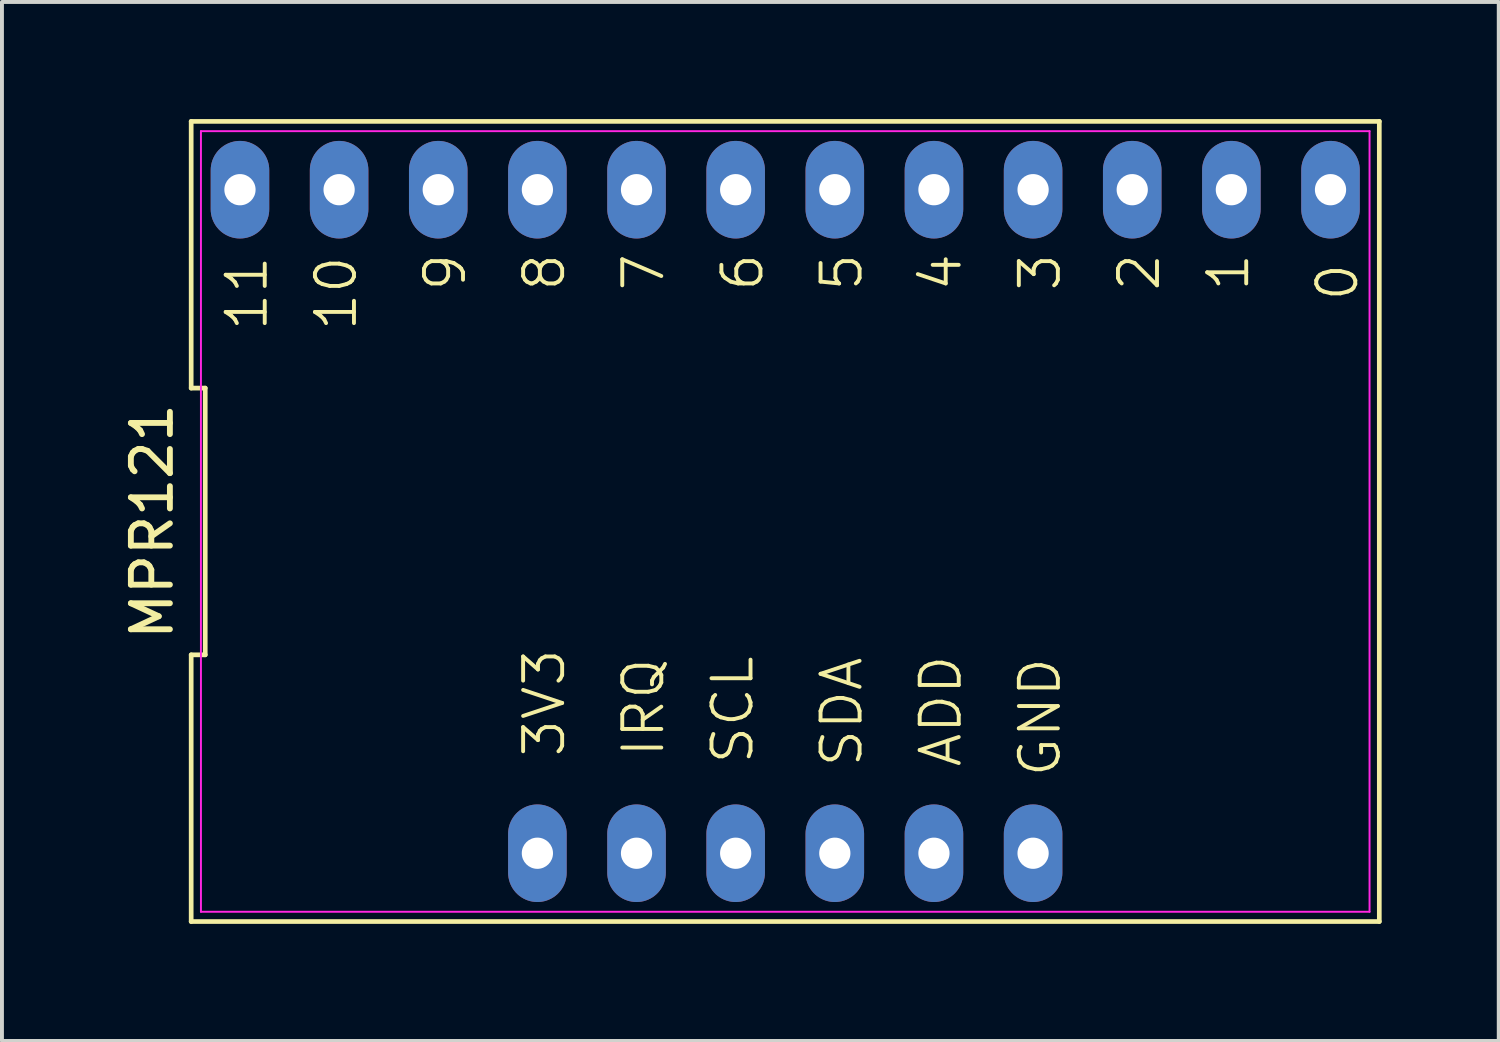
<source format=kicad_pcb>
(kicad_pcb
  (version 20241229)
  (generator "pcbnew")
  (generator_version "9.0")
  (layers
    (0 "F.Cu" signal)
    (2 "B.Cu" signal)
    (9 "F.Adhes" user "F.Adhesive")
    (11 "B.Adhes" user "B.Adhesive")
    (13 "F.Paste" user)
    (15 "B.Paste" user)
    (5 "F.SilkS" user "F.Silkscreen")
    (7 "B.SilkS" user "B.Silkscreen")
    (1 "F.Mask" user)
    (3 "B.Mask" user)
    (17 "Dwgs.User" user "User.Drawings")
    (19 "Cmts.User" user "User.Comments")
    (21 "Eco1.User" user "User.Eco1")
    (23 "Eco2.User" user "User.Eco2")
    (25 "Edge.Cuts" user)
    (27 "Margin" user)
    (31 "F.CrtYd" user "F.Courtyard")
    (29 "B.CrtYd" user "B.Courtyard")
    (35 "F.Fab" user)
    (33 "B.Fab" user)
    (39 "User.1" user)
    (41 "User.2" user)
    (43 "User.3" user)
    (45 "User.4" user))
  (footprint "MPR121"
    (layer "F.Cu")
    (at 17.068 10.31)
    (property "Reference" "MPR121" (at -16.22 0 90) (layer "F.SilkS") (effects (font (size 1 1) (thickness 0.15))))
    (fp_line (start -15.22 -10.25) (end -15.22 -3.417) (stroke (width 0.12) (type default)) (layer "F.SilkS"))
    (fp_line (start -15.22 -3.417) (end -14.86 -3.417) (stroke (width 0.12) (type default)) (layer "F.SilkS"))
    (fp_line (start -15.22 3.417) (end -15.22 10.25) (stroke (width 0.12) (type default)) (layer "F.SilkS"))
    (fp_line (start -15.22 10.25) (end 15.22 10.25) (stroke (width 0.12) (type default)) (layer "F.SilkS"))
    (fp_line (start -14.86 -3.417) (end -14.86 3.417) (stroke (width 0.12) (type default)) (layer "F.SilkS"))
    (fp_line (start -14.86 3.417) (end -15.22 3.417) (stroke (width 0.12) (type default)) (layer "F.SilkS"))
    (fp_line (start 15.22 -10.25) (end -15.22 -10.25) (stroke (width 0.12) (type default)) (layer "F.SilkS"))
    (fp_line (start 15.22 10.25) (end 15.22 -10.25) (stroke (width 0.12) (type default)) (layer "F.SilkS"))
    (fp_line (start -14.97 -10) (end 14.97 -10) (stroke (width 0.05) (type default)) (layer "F.CrtYd"))
    (fp_line (start -14.97 10) (end -14.97 -10) (stroke (width 0.05) (type default)) (layer "F.CrtYd"))
    (fp_line (start 14.97 -10) (end 14.97 10) (stroke (width 0.05) (type default)) (layer "F.CrtYd"))
    (fp_line (start 14.97 10) (end -14.97 10) (stroke (width 0.05) (type default)) (layer "F.CrtYd"))
    (fp_text user "SDA" (at 2.032 6.35 90) (unlocked yes) (layer "F.SilkS") (effects (font (size 1 1) (thickness 0.1)) (justify left bottom)))
    (fp_text user "9" (at -8.128 -5.842 90) (unlocked yes) (layer "F.SilkS") (effects (font (size 1 1) (thickness 0.1)) (justify left bottom)))
    (fp_text user "ADD" (at 4.572 6.35 90) (unlocked yes) (layer "F.SilkS") (effects (font (size 1 1) (thickness 0.1)) (justify left bottom)))
    (fp_text user "6" (at -0.508 -5.842 90) (unlocked yes) (layer "F.SilkS") (effects (font (size 1 1) (thickness 0.1)) (justify left bottom)))
    (fp_text user "IRQ" (at -3.048 6.096 90) (unlocked yes) (layer "F.SilkS") (effects (font (size 1 1) (thickness 0.1)) (justify left bottom)))
    (fp_text user "8" (at -5.588 -5.842 90) (unlocked yes) (layer "F.SilkS") (effects (font (size 1 1) (thickness 0.1)) (justify left bottom)))
    (fp_text user "GND" (at 7.112 6.604 90) (unlocked yes) (layer "F.SilkS") (effects (font (size 1 1) (thickness 0.1)) (justify left bottom)))
    (fp_text user "SCL" (at -0.762 4.826 90) (unlocked yes) (layer "F.SilkS") (effects (font (size 1 1) (thickness 0.1)) (justify bottom)))
    (fp_text user "10" (at -10.922 -4.826 90) (unlocked yes) (layer "F.SilkS") (effects (font (size 1 1) (thickness 0.1)) (justify left bottom)))
    (fp_text user "0" (at 14.732 -5.588 90) (unlocked yes) (layer "F.SilkS") (effects (font (size 1 1) (thickness 0.1)) (justify left bottom)))
    (fp_text user "3" (at 7.112 -5.842 90) (unlocked yes) (layer "F.SilkS") (effects (font (size 1 1) (thickness 0.1)) (justify left bottom)))
    (fp_text user "11" (at -13.208 -4.826 90) (unlocked yes) (layer "F.SilkS") (effects (font (size 1 1) (thickness 0.1)) (justify left bottom)))
    (fp_text user "1" (at 11.938 -5.842 90) (unlocked yes) (layer "F.SilkS") (effects (font (size 1 1) (thickness 0.1)) (justify left bottom)))
    (fp_text user "5" (at 2.032 -5.842 90) (unlocked yes) (layer "F.SilkS") (effects (font (size 1 1) (thickness 0.1)) (justify left bottom)))
    (fp_text user "3V3" (at -5.588 6.096 90) (unlocked yes) (layer "F.SilkS") (effects (font (size 1 1) (thickness 0.1)) (justify left bottom)))
    (fp_text user "7" (at -3.048 -5.842 90) (unlocked yes) (layer "F.SilkS") (effects (font (size 1 1) (thickness 0.1)) (justify left bottom)))
    (fp_text user "2" (at 9.652 -5.842 90) (unlocked yes) (layer "F.SilkS") (effects (font (size 1 1) (thickness 0.1)) (justify left bottom)))
    (fp_text user "4" (at 4.572 -5.842 90) (unlocked yes) (layer "F.SilkS") (effects (font (size 1 1) (thickness 0.1)) (justify left bottom)))
    (pad "1" thru_hole oval (at -6.35 8.5) (size 1.5 2.5) (drill 0.8) (layers "*.Cu" "*.Mask"))
    (pad "2" thru_hole oval (at -3.81 8.5) (size 1.5 2.5) (drill 0.8) (layers "*.Cu" "*.Mask"))
    (pad "3" thru_hole oval (at -1.27 8.5) (size 1.5 2.5) (drill 0.8) (layers "*.Cu" "*.Mask"))
    (pad "4" thru_hole oval (at 1.27 8.5) (size 1.5 2.5) (drill 0.8) (layers "*.Cu" "*.Mask"))
    (pad "5" thru_hole oval (at 3.81 8.5) (size 1.5 2.5) (drill 0.8) (layers "*.Cu" "*.Mask"))
    (pad "6" thru_hole oval (at 6.35 8.5) (size 1.5 2.5) (drill 0.8) (layers "*.Cu" "*.Mask"))
    (pad "7" thru_hole oval (at 13.97 -8.5) (size 1.5 2.5) (drill 0.8) (layers "*.Cu" "*.Mask"))
    (pad "8" thru_hole oval (at 11.43 -8.5) (size 1.5 2.5) (drill 0.8) (layers "*.Cu" "*.Mask"))
    (pad "9" thru_hole oval (at 8.89 -8.5) (size 1.5 2.5) (drill 0.8) (layers "*.Cu" "*.Mask"))
    (pad "10" thru_hole oval (at 6.35 -8.5) (size 1.5 2.5) (drill 0.8) (layers "*.Cu" "*.Mask"))
    (pad "11" thru_hole oval (at 3.81 -8.5) (size 1.5 2.5) (drill 0.8) (layers "*.Cu" "*.Mask"))
    (pad "12" thru_hole oval (at 1.27 -8.5) (size 1.5 2.5) (drill 0.8) (layers "*.Cu" "*.Mask"))
    (pad "13" thru_hole oval (at -1.27 -8.5) (size 1.5 2.5) (drill 0.8) (layers "*.Cu" "*.Mask"))
    (pad "14" thru_hole oval (at -3.81 -8.5) (size 1.5 2.5) (drill 0.8) (layers "*.Cu" "*.Mask"))
    (pad "15" thru_hole oval (at -6.35 -8.5) (size 1.5 2.5) (drill 0.8) (layers "*.Cu" "*.Mask"))
    (pad "16" thru_hole oval (at -8.89 -8.5) (size 1.5 2.5) (drill 0.8) (layers "*.Cu" "*.Mask"))
    (pad "17" thru_hole oval (at -11.43 -8.5) (size 1.5 2.5) (drill 0.8) (layers "*.Cu" "*.Mask"))
    (pad "18" thru_hole oval (at -13.97 -8.5) (size 1.5 2.5) (drill 0.8) (layers "*.Cu" "*.Mask")))
  (gr_rect
    (start -3 -3)
    (end 35.348 23.62)
    (stroke (width 0.1) (type default))
    (fill no)
    (layer "Edge.Cuts")))
</source>
